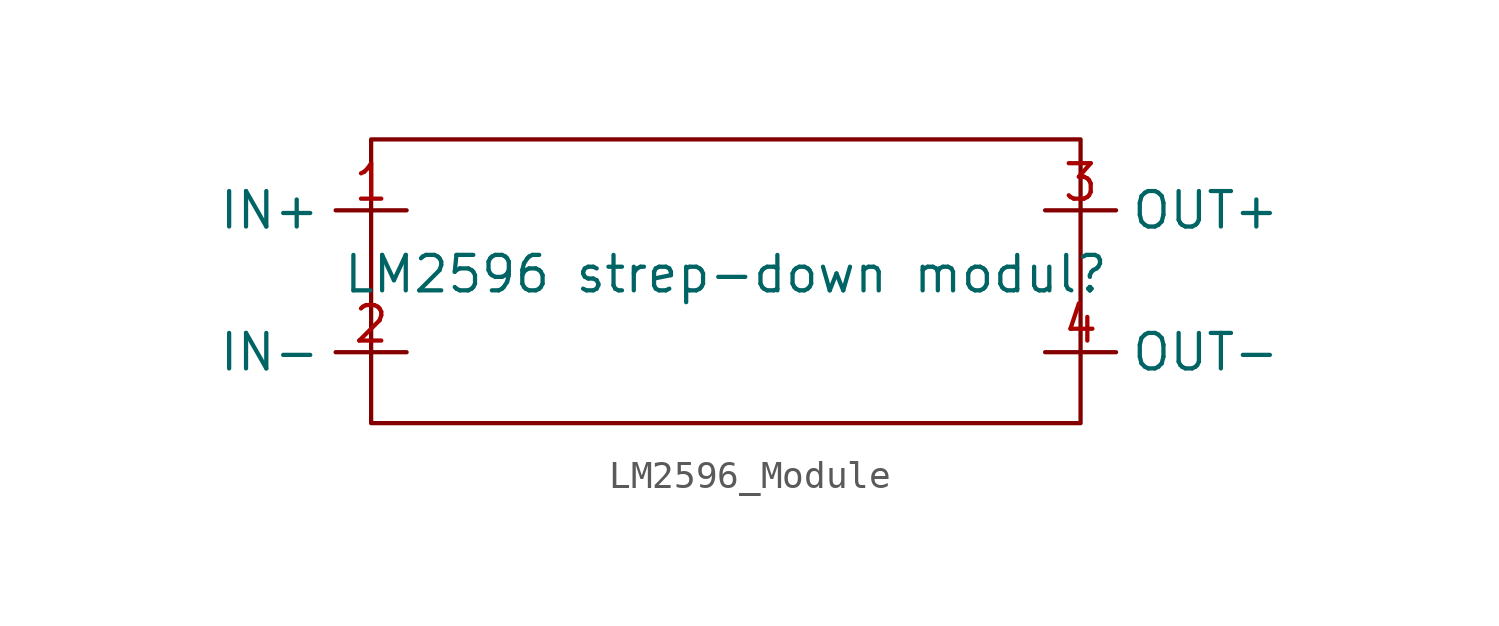
<source format=kicad_sym>
(kicad_symbol_lib
  (version 20241209)
  (generator "kicad_symbol_editor")
  (generator_version "9.0")
  (symbol "LM2596_Module"
    (property "Reference" "LM2596 strep-down modul"
      (at 0 0.254 0)
      (effects (font (size 1.27 1.27))))
    (property "Value" ""
      (at 0 0 0)
      (effects (font (size 1.27 1.27))))
    (symbol "LM2596_Module_0_1"
      (rectangle (start -12.7 5.08) (end 12.7 -5.08) (stroke (width 0) (type default)) (fill (type none))))
    (symbol "LM2596_Module_1_1"
      (pin input line (at -11.43 2.54 180) (length 2.54) (name "IN+" (effects (font (size 1.27 1.27)))) (number "1" (effects (font (size 1.27 1.27)))))
      (pin input line (at -11.43 -2.54 180) (length 2.54) (name "IN−" (effects (font (size 1.27 1.27)))) (number "2" (effects (font (size 1.27 1.27)))))
      (pin output line (at 11.43 2.54 0) (length 2.54) (name "OUT+" (effects (font (size 1.27 1.27)))) (number "3" (effects (font (size 1.27 1.27)))))
      (pin output line (at 11.43 -2.54 0) (length 2.54) (name "OUT−" (effects (font (size 1.27 1.27)))) (number "4" (effects (font (size 1.27 1.27))))))))
</source>
